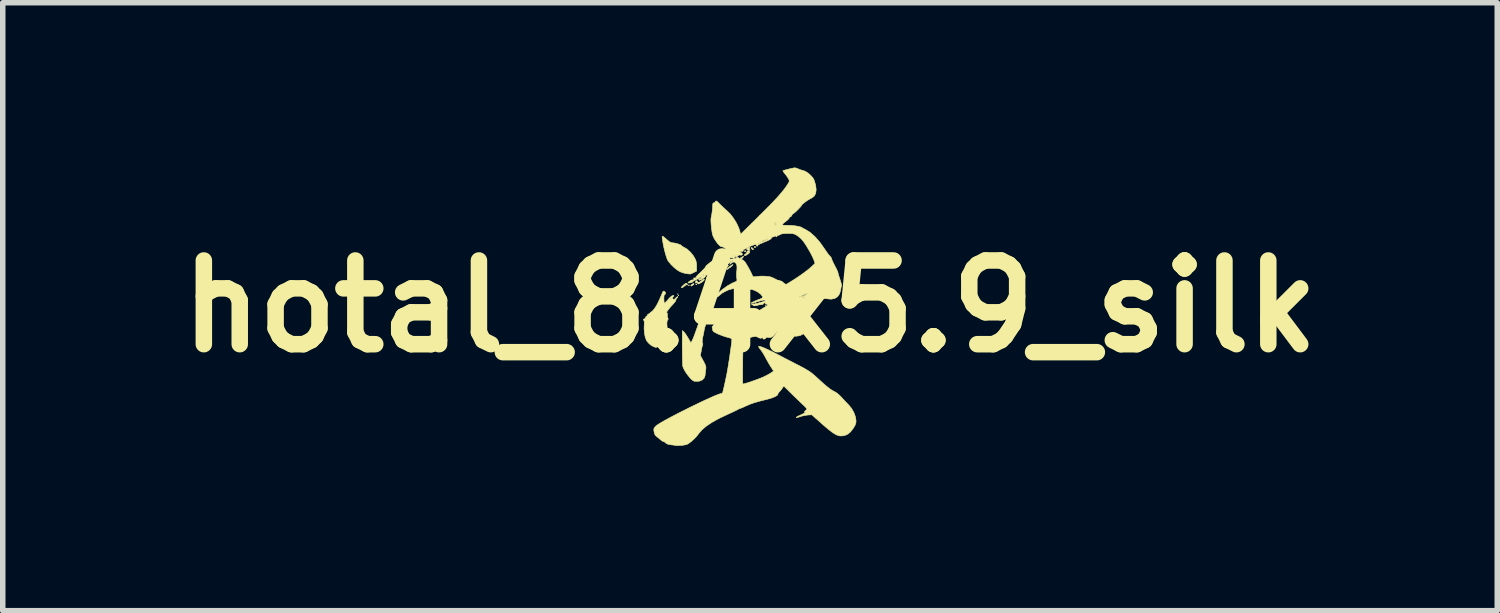
<source format=kicad_pcb>
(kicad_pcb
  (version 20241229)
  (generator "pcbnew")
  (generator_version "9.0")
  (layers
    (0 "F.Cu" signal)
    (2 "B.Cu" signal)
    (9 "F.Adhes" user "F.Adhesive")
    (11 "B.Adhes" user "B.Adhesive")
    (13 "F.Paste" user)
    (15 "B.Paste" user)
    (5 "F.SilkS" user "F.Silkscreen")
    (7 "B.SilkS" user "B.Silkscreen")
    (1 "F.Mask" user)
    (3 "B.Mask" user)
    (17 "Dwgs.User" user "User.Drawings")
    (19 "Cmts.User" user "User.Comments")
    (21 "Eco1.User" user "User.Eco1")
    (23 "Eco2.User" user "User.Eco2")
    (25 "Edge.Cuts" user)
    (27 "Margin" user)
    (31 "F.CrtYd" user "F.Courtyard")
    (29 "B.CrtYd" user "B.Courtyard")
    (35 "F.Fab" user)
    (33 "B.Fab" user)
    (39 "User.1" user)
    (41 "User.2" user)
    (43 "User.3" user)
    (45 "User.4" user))
  (footprint "hotal_8.4x5.9_silk"
    (layer "F.Cu")
    (at 10.603 2.526)
    (property "Reference" "hotal_8.4x5.9_silk" (at 0 0 0) (layer "F.SilkS") (effects (font (size 1.524 1.524) (thickness 0.3))))
    (attr through_hole)
    (fp_poly (pts (xy -1.308 -0.222) (xy -1.314 -0.216) (xy -1.321 -0.222) (xy -1.314 -0.229) (xy -1.308 -0.222)) (stroke (width 0.01) (type solid)) (fill yes) (layer "F.SilkS"))
    (fp_poly (pts (xy -1.295 -0.197) (xy -1.302 -0.191) (xy -1.308 -0.197) (xy -1.302 -0.203) (xy -1.295 -0.197)) (stroke (width 0.01) (type solid)) (fill yes) (layer "F.SilkS"))
    (fp_poly (pts (xy -0.762 0.057) (xy -0.768 0.064) (xy -0.775 0.057) (xy -0.768 0.051) (xy -0.762 0.057)) (stroke (width 0.01) (type solid)) (fill yes) (layer "F.SilkS"))
    (fp_poly (pts (xy -0.737 -0.552) (xy -0.743 -0.546) (xy -0.749 -0.552) (xy -0.743 -0.559) (xy -0.737 -0.552)) (stroke (width 0.01) (type solid)) (fill yes) (layer "F.SilkS"))
    (fp_poly (pts (xy -0.686 -0.044) (xy -0.692 -0.038) (xy -0.699 -0.044) (xy -0.692 -0.051) (xy -0.686 -0.044)) (stroke (width 0.01) (type solid)) (fill yes) (layer "F.SilkS"))
    (fp_poly (pts (xy -0.533 -0.591) (xy -0.54 -0.584) (xy -0.546 -0.591) (xy -0.54 -0.597) (xy -0.533 -0.591)) (stroke (width 0.01) (type solid)) (fill yes) (layer "F.SilkS"))
    (fp_poly (pts (xy -0.432 -0.781) (xy -0.438 -0.775) (xy -0.445 -0.781) (xy -0.438 -0.787) (xy -0.432 -0.781)) (stroke (width 0.01) (type solid)) (fill yes) (layer "F.SilkS"))
    (fp_poly (pts (xy 0.292 -0.019) (xy 0.286 -0.013) (xy 0.279 -0.019) (xy 0.286 -0.025) (xy 0.292 -0.019)) (stroke (width 0.01) (type solid)) (fill yes) (layer "F.SilkS"))
    (fp_poly (pts (xy -1.109 -0.389) (xy -1.108 -0.374) (xy -1.109 -0.373) (xy -1.117 -0.374) (xy -1.118 -0.381) (xy -1.113 -0.391) (xy -1.109 -0.389)) (stroke (width 0.01) (type solid)) (fill yes) (layer "F.SilkS"))
    (fp_poly (pts (xy -0.969 -0.402) (xy -0.971 -0.395) (xy -0.978 -0.394) (xy -0.988 -0.398) (xy -0.986 -0.402) (xy -0.971 -0.404) (xy -0.969 -0.402)) (stroke (width 0.01) (type solid)) (fill yes) (layer "F.SilkS"))
    (fp_poly (pts (xy -0.601 -0.542) (xy -0.603 -0.534) (xy -0.61 -0.533) (xy -0.62 -0.538) (xy -0.618 -0.542) (xy -0.603 -0.543) (xy -0.601 -0.542)) (stroke (width 0.01) (type solid)) (fill yes) (layer "F.SilkS"))
    (fp_poly (pts (xy -0.813 0.096) (xy -0.82 0.116) (xy -0.831 0.134) (xy -0.845 0.148) (xy -0.85 0.145) (xy -0.844 0.125) (xy -0.832 0.107) (xy -0.818 0.093) (xy -0.813 0.096)) (stroke (width 0.01) (type solid)) (fill yes) (layer "F.SilkS"))
    (fp_poly (pts (xy -0.473 -0.633) (xy -0.484 -0.617) (xy -0.5 -0.612) (xy -0.508 -0.619) (xy -0.508 -0.62) (xy -0.498 -0.635) (xy -0.488 -0.64) (xy -0.473 -0.64) (xy -0.473 -0.633)) (stroke (width 0.01) (type solid)) (fill yes) (layer "F.SilkS"))
    (fp_poly (pts (xy -0.077 -1.006) (xy -0.076 -1.003) (xy -0.086 -0.991) (xy -0.089 -0.991) (xy -0.101 -1) (xy -0.102 -1.003) (xy -0.092 -1.016) (xy -0.089 -1.016) (xy -0.077 -1.006)) (stroke (width 0.01) (type solid)) (fill yes) (layer "F.SilkS"))
    (fp_poly (pts (xy 0.046 -1.061) (xy 0.061 -1.043) (xy 0.064 -1.036) (xy 0.056 -1.029) (xy 0.039 -1.038) (xy 0.029 -1.047) (xy 0.02 -1.066) (xy 0.028 -1.072) (xy 0.046 -1.061)) (stroke (width 0.01) (type solid)) (fill yes) (layer "F.SilkS"))
    (fp_poly (pts (xy 0.101 -1.083) (xy 0.102 -1.079) (xy 0.092 -1.067) (xy 0.089 -1.067) (xy 0.077 -1.076) (xy 0.076 -1.079) (xy 0.086 -1.092) (xy 0.089 -1.092) (xy 0.101 -1.083)) (stroke (width 0.01) (type solid)) (fill yes) (layer "F.SilkS"))
    (fp_poly (pts (xy -1.019 -0.413) (xy -1.022 -0.401) (xy -1.036 -0.388) (xy -1.064 -0.371) (xy -1.078 -0.372) (xy -1.079 -0.378) (xy -1.07 -0.392) (xy -1.049 -0.406) (xy -1.028 -0.415) (xy -1.019 -0.413)) (stroke (width 0.01) (type solid)) (fill yes) (layer "F.SilkS"))
    (fp_poly (pts (xy -0.002 -1.069) (xy -0.012 -1.048) (xy -0.014 -1.046) (xy -0.023 -1.031) (xy -0.016 -1.033) (xy -0.002 -1.035) (xy 0 -1.029) (xy -0.003 -1.02) (xy -0.016 -1.019) (xy -0.041 -1.025) (xy -0.061 -1.035) (xy -0.057 -1.05) (xy -0.037 -1.065) (xy -0.012 -1.075) (xy -0.002 -1.069)) (stroke (width 0.01) (type solid)) (fill yes) (layer "F.SilkS"))
    (fp_poly (pts (xy -0.313 -0.754) (xy -0.329 -0.736) (xy -0.338 -0.727) (xy -0.363 -0.706) (xy -0.381 -0.696) (xy -0.384 -0.696) (xy -0.393 -0.689) (xy -0.394 -0.686) (xy -0.404 -0.675) (xy -0.415 -0.673) (xy -0.428 -0.677) (xy -0.425 -0.683) (xy -0.397 -0.705) (xy -0.364 -0.729) (xy -0.334 -0.749) (xy -0.314 -0.761) (xy -0.31 -0.762) (xy -0.313 -0.754)) (stroke (width 0.01) (type solid)) (fill yes) (layer "F.SilkS"))
    (fp_poly (pts (xy -1.146 -0.412) (xy -1.138 -0.394) (xy -1.143 -0.387) (xy -1.155 -0.388) (xy -1.156 -0.393) (xy -1.166 -0.406) (xy -1.17 -0.406) (xy -1.178 -0.397) (xy -1.176 -0.387) (xy -1.175 -0.374) (xy -1.181 -0.375) (xy -1.193 -0.375) (xy -1.194 -0.371) (xy -1.204 -0.358) (xy -1.225 -0.345) (xy -1.247 -0.338) (xy -1.251 -0.343) (xy -1.249 -0.347) (xy -1.236 -0.364) (xy -1.21 -0.388) (xy -1.202 -0.395) (xy -1.175 -0.416) (xy -1.158 -0.42) (xy -1.146 -0.412)) (stroke (width 0.01) (type solid)) (fill yes) (layer "F.SilkS"))
    (fp_poly (pts (xy -0.831 -0.486) (xy -0.833 -0.479) (xy -0.848 -0.463) (xy -0.875 -0.441) (xy -0.907 -0.421) (xy -0.933 -0.408) (xy -0.941 -0.406) (xy -0.952 -0.416) (xy -0.953 -0.42) (xy -0.962 -0.428) (xy -0.977 -0.426) (xy -0.994 -0.424) (xy -0.995 -0.44) (xy -0.994 -0.444) (xy -0.982 -0.466) (xy -0.967 -0.466) (xy -0.957 -0.451) (xy -0.945 -0.435) (xy -0.925 -0.437) (xy -0.894 -0.458) (xy -0.887 -0.464) (xy -0.855 -0.487) (xy -0.836 -0.495) (xy -0.831 -0.486)) (stroke (width 0.01) (type solid)) (fill yes) (layer "F.SilkS"))
    (fp_poly (pts (xy -0.014 -1.004) (xy -0.004 -0.989) (xy -0.016 -0.968) (xy -0.052 -0.942) (xy -0.063 -0.936) (xy -0.089 -0.922) (xy -0.1 -0.922) (xy -0.102 -0.933) (xy -0.092 -0.95) (xy -0.083 -0.953) (xy -0.067 -0.963) (xy -0.061 -0.98) (xy -0.059 -0.986) (xy -0.047 -0.986) (xy -0.045 -0.979) (xy -0.038 -0.978) (xy -0.028 -0.983) (xy -0.03 -0.986) (xy -0.045 -0.988) (xy -0.047 -0.986) (xy -0.059 -0.986) (xy -0.05 -1.007) (xy -0.028 -1.011) (xy -0.014 -1.004)) (stroke (width 0.01) (type solid)) (fill yes) (layer "F.SilkS"))
    (fp_poly (pts (xy -1.574 -1.266) (xy -1.543 -1.24) (xy -1.502 -1.204) (xy -1.46 -1.171) (xy -1.423 -1.157) (xy -1.407 -1.156) (xy -1.374 -1.152) (xy -1.334 -1.143) (xy -1.294 -1.13) (xy -1.262 -1.117) (xy -1.245 -1.105) (xy -1.245 -1.103) (xy -1.234 -1.091) (xy -1.208 -1.077) (xy -1.203 -1.075) (xy -1.143 -1.039) (xy -1.083 -0.984) (xy -1.031 -0.919) (xy -1.015 -0.892) (xy -0.991 -0.847) (xy -0.979 -0.807) (xy -0.973 -0.762) (xy -0.972 -0.73) (xy -0.972 -0.641) (xy -1.029 -0.613) (xy -1.063 -0.597) (xy -1.086 -0.588) (xy -1.092 -0.587) (xy -1.107 -0.589) (xy -1.139 -0.593) (xy -1.162 -0.596) (xy -1.214 -0.608) (xy -1.267 -0.627) (xy -1.282 -0.634) (xy -1.334 -0.667) (xy -1.389 -0.713) (xy -1.441 -0.764) (xy -1.483 -0.815) (xy -1.502 -0.844) (xy -1.517 -0.883) (xy -1.535 -0.94) (xy -1.554 -1.009) (xy -1.571 -1.083) (xy -1.585 -1.155) (xy -1.595 -1.219) (xy -1.599 -1.252) (xy -1.599 -1.272) (xy -1.592 -1.277) (xy -1.574 -1.266)) (stroke (width 0.01) (type solid)) (fill yes) (layer "F.SilkS"))
    (fp_poly (pts (xy -1.56 -0.273) (xy -1.558 -0.272) (xy -1.542 -0.257) (xy -1.537 -0.236) (xy -1.543 -0.219) (xy -1.553 -0.216) (xy -1.562 -0.206) (xy -1.567 -0.174) (xy -1.568 -0.14) (xy -1.566 -0.098) (xy -1.563 -0.068) (xy -1.56 -0.057) (xy -1.549 -0.062) (xy -1.528 -0.083) (xy -1.505 -0.108) (xy -1.483 -0.133) (xy -1.448 -0.133) (xy -1.441 -0.127) (xy -1.435 -0.133) (xy -1.441 -0.14) (xy -1.448 -0.133) (xy -1.483 -0.133) (xy -1.474 -0.144) (xy -1.443 -0.174) (xy -1.427 -0.186) (xy -1.402 -0.198) (xy -1.387 -0.197) (xy -1.386 -0.186) (xy -1.399 -0.173) (xy -1.413 -0.157) (xy -1.405 -0.137) (xy -1.404 -0.136) (xy -1.392 -0.124) (xy -1.379 -0.127) (xy -1.359 -0.146) (xy -1.335 -0.168) (xy -1.317 -0.178) (xy -1.316 -0.178) (xy -1.315 -0.17) (xy -1.329 -0.151) (xy -1.331 -0.148) (xy -1.348 -0.126) (xy -1.351 -0.11) (xy -1.35 -0.11) (xy -1.354 -0.097) (xy -1.372 -0.072) (xy -1.401 -0.039) (xy -1.405 -0.035) (xy -1.446 0.01) (xy -1.48 0.051) (xy -1.505 0.084) (xy -1.517 0.107) (xy -1.514 0.114) (xy -1.507 0.125) (xy -1.504 0.153) (xy -1.505 0.162) (xy -1.503 0.195) (xy -1.496 0.216) (xy -1.494 0.218) (xy -1.489 0.234) (xy -1.497 0.245) (xy -1.508 0.266) (xy -1.513 0.298) (xy -1.512 0.345) (xy -1.505 0.411) (xy -1.501 0.439) (xy -1.494 0.505) (xy -1.494 0.552) (xy -1.502 0.588) (xy -1.519 0.62) (xy -1.542 0.645) (xy -1.565 0.666) (xy -1.6 0.69) (xy -1.639 0.713) (xy -1.677 0.734) (xy -1.705 0.746) (xy -1.718 0.748) (xy -1.731 0.743) (xy -1.757 0.733) (xy -1.76 0.732) (xy -1.801 0.709) (xy -1.844 0.673) (xy -1.878 0.632) (xy -1.888 0.616) (xy -1.908 0.559) (xy -1.922 0.488) (xy -1.928 0.411) (xy -1.927 0.356) (xy -1.924 0.31) (xy -1.926 0.275) (xy -1.931 0.26) (xy -1.943 0.244) (xy -1.934 0.231) (xy -1.924 0.229) (xy -1.907 0.218) (xy -1.905 0.209) (xy -1.895 0.188) (xy -1.886 0.182) (xy -1.869 0.166) (xy -1.867 0.157) (xy -1.857 0.142) (xy -1.848 0.14) (xy -1.827 0.13) (xy -1.819 0.12) (xy -1.807 0.105) (xy -1.801 0.104) (xy -1.79 0.098) (xy -1.769 0.077) (xy -1.757 0.064) (xy -1.722 0.017) (xy -1.686 -0.044) (xy -1.648 -0.125) (xy -1.619 -0.191) (xy -1.6 -0.236) (xy -1.588 -0.263) (xy -1.58 -0.275) (xy -1.571 -0.277) (xy -1.56 -0.273)) (stroke (width 0.01) (type solid)) (fill yes) (layer "F.SilkS"))
    (fp_poly (pts (xy -0.717 -0.002) (xy -0.716 0.017) (xy -0.721 0.042) (xy -0.73 0.063) (xy -0.73 0.075) (xy -0.726 0.076) (xy -0.725 0.087) (xy -0.733 0.116) (xy -0.749 0.158) (xy -0.764 0.193) (xy -0.785 0.245) (xy -0.8 0.29) (xy -0.808 0.322) (xy -0.808 0.333) (xy -0.808 0.352) (xy -0.812 0.356) (xy -0.819 0.367) (xy -0.827 0.398) (xy -0.836 0.441) (xy -0.837 0.448) (xy -0.846 0.496) (xy -0.854 0.535) (xy -0.86 0.558) (xy -0.86 0.559) (xy -0.866 0.585) (xy -0.869 0.619) (xy -0.87 0.651) (xy -0.867 0.673) (xy -0.862 0.678) (xy -0.858 0.683) (xy -0.863 0.704) (xy -0.872 0.734) (xy -0.882 0.778) (xy -0.889 0.816) (xy -0.903 0.897) (xy -0.85 0.995) (xy -0.824 1.045) (xy -0.809 1.079) (xy -0.803 1.107) (xy -0.804 1.135) (xy -0.806 1.153) (xy -0.812 1.2) (xy -0.817 1.243) (xy -0.817 1.254) (xy -0.832 1.302) (xy -0.866 1.339) (xy -0.917 1.361) (xy -0.94 1.364) (xy -0.981 1.366) (xy -1.016 1.363) (xy -1.023 1.361) (xy -1.052 1.343) (xy -1.088 1.308) (xy -1.126 1.262) (xy -1.164 1.21) (xy -1.195 1.159) (xy -1.217 1.114) (xy -1.224 1.092) (xy -1.227 1.065) (xy -1.229 1.016) (xy -1.231 0.95) (xy -1.232 0.869) (xy -1.233 0.778) (xy -1.234 0.681) (xy -1.233 0.58) (xy -1.233 0.516) (xy -1.232 0.441) (xy -1.205 0.465) (xy -1.186 0.487) (xy -1.16 0.524) (xy -1.132 0.569) (xy -1.127 0.577) (xy -1.076 0.665) (xy -1.053 0.621) (xy -1.043 0.602) (xy -1.033 0.578) (xy -1.02 0.546) (xy -1.004 0.502) (xy -0.983 0.444) (xy -0.956 0.368) (xy -0.932 0.298) (xy -0.915 0.254) (xy -0.9 0.22) (xy -0.889 0.204) (xy -0.887 0.203) (xy -0.882 0.214) (xy -0.885 0.238) (xy -0.889 0.261) (xy -0.883 0.264) (xy -0.873 0.257) (xy -0.856 0.247) (xy -0.848 0.255) (xy -0.841 0.253) (xy -0.828 0.231) (xy -0.81 0.194) (xy -0.808 0.19) (xy -0.79 0.143) (xy -0.783 0.114) (xy -0.788 0.101) (xy -0.788 0.101) (xy -0.791 0.095) (xy -0.749 0.095) (xy -0.743 0.102) (xy -0.737 0.095) (xy -0.743 0.089) (xy -0.749 0.095) (xy -0.791 0.095) (xy -0.797 0.084) (xy -0.795 0.078) (xy -0.794 0.065) (xy -0.799 0.064) (xy -0.812 0.054) (xy -0.813 0.051) (xy -0.807 0.038) (xy -0.794 0.043) (xy -0.782 0.062) (xy -0.78 0.066) (xy -0.773 0.084) (xy -0.764 0.08) (xy -0.76 0.072) (xy -0.754 0.047) (xy -0.757 0.036) (xy -0.758 0.027) (xy -0.751 0.031) (xy -0.739 0.029) (xy -0.737 0.021) (xy -0.729 -0.002) (xy -0.723 -0.007) (xy -0.717 -0.002)) (stroke (width 0.01) (type solid)) (fill yes) (layer "F.SilkS"))
    (fp_poly (pts (xy 0.838 -2.518) (xy 0.871 -2.505) (xy 0.874 -2.504) (xy 0.918 -2.485) (xy 0.964 -2.472) (xy 0.969 -2.471) (xy 1.011 -2.455) (xy 1.06 -2.423) (xy 1.107 -2.381) (xy 1.145 -2.337) (xy 1.166 -2.3) (xy 1.195 -2.204) (xy 1.204 -2.122) (xy 1.195 -2.055) (xy 1.168 -2.005) (xy 1.121 -1.971) (xy 1.114 -1.968) (xy 1.085 -1.952) (xy 1.047 -1.929) (xy 1.008 -1.902) (xy 0.973 -1.875) (xy 0.948 -1.853) (xy 0.94 -1.841) (xy 0.931 -1.826) (xy 0.909 -1.8) (xy 0.879 -1.768) (xy 0.846 -1.735) (xy 0.816 -1.708) (xy 0.795 -1.692) (xy 0.789 -1.689) (xy 0.774 -1.679) (xy 0.762 -1.657) (xy 0.746 -1.634) (xy 0.728 -1.626) (xy 0.714 -1.622) (xy 0.715 -1.618) (xy 0.712 -1.603) (xy 0.689 -1.577) (xy 0.644 -1.54) (xy 0.632 -1.531) (xy 0.604 -1.508) (xy 0.586 -1.489) (xy 0.584 -1.484) (xy 0.596 -1.479) (xy 0.627 -1.475) (xy 0.671 -1.474) (xy 0.683 -1.475) (xy 0.734 -1.473) (xy 0.791 -1.469) (xy 0.847 -1.461) (xy 0.895 -1.452) (xy 0.929 -1.442) (xy 0.94 -1.435) (xy 0.954 -1.427) (xy 0.983 -1.411) (xy 1.003 -1.402) (xy 1.093 -1.347) (xy 1.183 -1.267) (xy 1.274 -1.163) (xy 1.365 -1.034) (xy 1.381 -1.009) (xy 1.41 -0.968) (xy 1.438 -0.931) (xy 1.454 -0.915) (xy 1.476 -0.889) (xy 1.486 -0.866) (xy 1.486 -0.865) (xy 1.492 -0.845) (xy 1.507 -0.81) (xy 1.53 -0.764) (xy 1.543 -0.738) (xy 1.568 -0.691) (xy 1.587 -0.65) (xy 1.599 -0.623) (xy 1.6 -0.616) (xy 1.604 -0.597) (xy 1.615 -0.56) (xy 1.63 -0.513) (xy 1.637 -0.491) (xy 1.653 -0.442) (xy 1.663 -0.403) (xy 1.667 -0.38) (xy 1.667 -0.375) (xy 1.661 -0.36) (xy 1.654 -0.327) (xy 1.65 -0.297) (xy 1.63 -0.227) (xy 1.593 -0.175) (xy 1.541 -0.142) (xy 1.476 -0.13) (xy 1.439 -0.133) (xy 1.389 -0.139) (xy 1.332 -0.143) (xy 1.305 -0.144) (xy 1.255 -0.149) (xy 1.219 -0.16) (xy 1.21 -0.165) (xy 1.185 -0.178) (xy 1.16 -0.179) (xy 1.144 -0.17) (xy 1.143 -0.164) (xy 1.132 -0.155) (xy 1.113 -0.152) (xy 1.081 -0.147) (xy 1.044 -0.133) (xy 1.044 -0.133) (xy 1.013 -0.121) (xy 0.993 -0.12) (xy 0.991 -0.12) (xy 0.987 -0.116) (xy 0.995 -0.096) (xy 0.997 -0.093) (xy 1.011 -0.058) (xy 1.026 -0.014) (xy 1.031 0.003) (xy 1.041 0.038) (xy 1.05 0.06) (xy 1.054 0.064) (xy 1.057 0.075) (xy 1.06 0.106) (xy 1.062 0.148) (xy 1.062 0.149) (xy 1.064 0.203) (xy 1.067 0.254) (xy 1.071 0.286) (xy 1.068 0.34) (xy 1.048 0.4) (xy 1.016 0.456) (xy 0.976 0.499) (xy 0.975 0.5) (xy 0.911 0.533) (xy 0.84 0.545) (xy 0.765 0.536) (xy 0.694 0.507) (xy 0.667 0.488) (xy 0.607 0.454) (xy 0.553 0.444) (xy 0.503 0.459) (xy 0.46 0.498) (xy 0.458 0.501) (xy 0.415 0.547) (xy 0.373 0.57) (xy 0.335 0.568) (xy 0.332 0.567) (xy 0.307 0.561) (xy 0.292 0.572) (xy 0.29 0.575) (xy 0.274 0.591) (xy 0.252 0.597) (xy 0.236 0.593) (xy 0.233 0.579) (xy 0.233 0.578) (xy 0.235 0.566) (xy 0.222 0.571) (xy 0.216 0.574) (xy 0.195 0.582) (xy 0.169 0.576) (xy 0.149 0.566) (xy 0.124 0.554) (xy 0.103 0.549) (xy 0.075 0.551) (xy 0.034 0.559) (xy 0.018 0.563) (xy -0.03 0.574) (xy -0.07 0.582) (xy -0.094 0.587) (xy -0.116 0.601) (xy -0.124 0.616) (xy -0.126 0.635) (xy -0.127 0.675) (xy -0.129 0.732) (xy -0.13 0.803) (xy -0.131 0.883) (xy -0.133 0.968) (xy -0.133 1.056) (xy -0.134 1.142) (xy -0.134 1.222) (xy -0.134 1.293) (xy -0.134 1.351) (xy -0.133 1.391) (xy -0.132 1.411) (xy -0.132 1.412) (xy -0.118 1.412) (xy -0.086 1.404) (xy -0.039 1.39) (xy 0.017 1.372) (xy 0.078 1.35) (xy 0.139 1.328) (xy 0.196 1.306) (xy 0.237 1.289) (xy 0.289 1.264) (xy 0.343 1.235) (xy 0.371 1.218) (xy 0.43 1.179) (xy 0.375 1.095) (xy 0.341 1.039) (xy 0.306 0.977) (xy 0.279 0.927) (xy 0.251 0.876) (xy 0.219 0.825) (xy 0.193 0.79) (xy 0.17 0.76) (xy 0.156 0.737) (xy 0.155 0.73) (xy 0.173 0.728) (xy 0.212 0.74) (xy 0.269 0.762) (xy 0.344 0.797) (xy 0.434 0.841) (xy 0.478 0.864) (xy 0.558 0.906) (xy 0.644 0.951) (xy 0.728 0.994) (xy 0.802 1.032) (xy 0.832 1.048) (xy 0.918 1.092) (xy 0.987 1.129) (xy 1.042 1.161) (xy 1.089 1.191) (xy 1.132 1.223) (xy 1.176 1.26) (xy 1.225 1.305) (xy 1.245 1.323) (xy 1.325 1.396) (xy 1.39 1.452) (xy 1.444 1.495) (xy 1.489 1.526) (xy 1.528 1.548) (xy 1.543 1.555) (xy 1.576 1.575) (xy 1.617 1.608) (xy 1.658 1.649) (xy 1.663 1.654) (xy 1.707 1.702) (xy 1.755 1.753) (xy 1.797 1.796) (xy 1.798 1.797) (xy 1.849 1.86) (xy 1.891 1.934) (xy 1.919 2.011) (xy 1.93 2.083) (xy 1.93 2.088) (xy 1.927 2.125) (xy 1.914 2.161) (xy 1.889 2.206) (xy 1.878 2.222) (xy 1.831 2.284) (xy 1.784 2.324) (xy 1.733 2.348) (xy 1.694 2.357) (xy 1.657 2.36) (xy 1.622 2.357) (xy 1.585 2.345) (xy 1.543 2.324) (xy 1.495 2.292) (xy 1.436 2.247) (xy 1.365 2.188) (xy 1.279 2.112) (xy 1.275 2.108) (xy 1.125 1.975) (xy 1.06 1.978) (xy 1.011 1.984) (xy 0.954 1.996) (xy 0.921 2.006) (xy 0.872 2.021) (xy 0.845 2.026) (xy 0.84 2.021) (xy 0.857 2.008) (xy 0.896 1.989) (xy 0.927 1.975) (xy 0.965 1.957) (xy 0.995 1.939) (xy 1.003 1.933) (xy 1.012 1.922) (xy 1.006 1.923) (xy 0.992 1.927) (xy 0.992 1.918) (xy 1.004 1.902) (xy 1.019 1.889) (xy 1.031 1.88) (xy 1.035 1.871) (xy 1.03 1.859) (xy 1.013 1.839) (xy 0.982 1.808) (xy 0.935 1.764) (xy 0.877 1.708) (xy 0.812 1.646) (xy 0.75 1.585) (xy 0.719 1.554) (xy 0.614 1.451) (xy 0.583 1.497) (xy 0.559 1.53) (xy 0.536 1.555) (xy 0.53 1.56) (xy 0.512 1.583) (xy 0.508 1.599) (xy 0.496 1.62) (xy 0.46 1.642) (xy 0.403 1.666) (xy 0.326 1.689) (xy 0.27 1.703) (xy 0.163 1.73) (xy 0.074 1.756) (xy -0.005 1.784) (xy -0.079 1.816) (xy -0.083 1.818) (xy -0.127 1.838) (xy -0.162 1.853) (xy -0.183 1.86) (xy -0.184 1.86) (xy -0.202 1.866) (xy -0.203 1.867) (xy -0.219 1.877) (xy -0.254 1.895) (xy -0.307 1.92) (xy -0.373 1.951) (xy -0.425 1.975) (xy -0.573 2.045) (xy -0.696 2.114) (xy -0.797 2.182) (xy -0.876 2.249) (xy -0.935 2.318) (xy -0.946 2.333) (xy -0.975 2.37) (xy -1.016 2.412) (xy -1.062 2.454) (xy -1.107 2.489) (xy -1.144 2.512) (xy -1.151 2.515) (xy -1.181 2.522) (xy -1.224 2.529) (xy -1.273 2.533) (xy -1.316 2.535) (xy -1.345 2.534) (xy -1.346 2.534) (xy -1.369 2.53) (xy -1.407 2.524) (xy -1.439 2.521) (xy -1.497 2.51) (xy -1.531 2.491) (xy -1.534 2.488) (xy -1.557 2.469) (xy -1.573 2.464) (xy -1.592 2.456) (xy -1.621 2.435) (xy -1.637 2.422) (xy -1.671 2.393) (xy -1.702 2.368) (xy -1.711 2.361) (xy -1.734 2.332) (xy -1.747 2.285) (xy -1.748 2.281) (xy -1.752 2.245) (xy -1.747 2.221) (xy -1.731 2.198) (xy -1.706 2.173) (xy -1.679 2.153) (xy -1.633 2.124) (xy -1.571 2.088) (xy -1.494 2.046) (xy -1.407 1.999) (xy -1.311 1.949) (xy -1.21 1.898) (xy -1.106 1.846) (xy -1.003 1.796) (xy -0.902 1.747) (xy -0.808 1.703) (xy -0.722 1.664) (xy -0.648 1.631) (xy -0.588 1.607) (xy -0.545 1.592) (xy -0.524 1.587) (xy -0.516 1.587) (xy -0.509 1.585) (xy -0.503 1.578) (xy -0.497 1.563) (xy -0.489 1.537) (xy -0.48 1.497) (xy -0.467 1.442) (xy -0.451 1.367) (xy -0.43 1.271) (xy -0.42 1.22) (xy -0.41 1.163) (xy -0.398 1.096) (xy -0.386 1.016) (xy -0.371 0.919) (xy -0.355 0.803) (xy -0.34 0.702) (xy -0.334 0.653) (xy -0.332 0.614) (xy -0.333 0.592) (xy -0.334 0.589) (xy -0.35 0.582) (xy -0.382 0.572) (xy -0.409 0.565) (xy -0.463 0.549) (xy -0.522 0.528) (xy -0.579 0.505) (xy -0.627 0.482) (xy -0.66 0.463) (xy -0.664 0.46) (xy -0.681 0.436) (xy -0.683 0.42) (xy -0.686 0.392) (xy -0.69 0.384) (xy -0.69 0.367) (xy -0.68 0.361) (xy -0.667 0.349) (xy -0.668 0.342) (xy -0.664 0.332) (xy -0.655 0.33) (xy -0.637 0.32) (xy -0.635 0.31) (xy -0.629 0.297) (xy -0.622 0.298) (xy -0.611 0.299) (xy -0.61 0.295) (xy -0.598 0.29) (xy -0.567 0.287) (xy -0.522 0.286) (xy -0.505 0.287) (xy -0.448 0.287) (xy -0.393 0.286) (xy -0.352 0.283) (xy -0.347 0.283) (xy -0.295 0.277) (xy -0.291 0.2) (xy -0.099 0.2) (xy -0.099 0.211) (xy -0.097 0.216) (xy -0.096 0.216) (xy -0.082 0.21) (xy -0.051 0.194) (xy -0.006 0.171) (xy 0.049 0.141) (xy 0.067 0.132) (xy 0.13 0.097) (xy 0.19 0.063) (xy 0.24 0.032) (xy 0.276 0.01) (xy 0.279 0.008) (xy 0.311 -0.015) (xy 0.323 -0.028) (xy 0.318 -0.034) (xy 0.308 -0.036) (xy 0.286 -0.043) (xy 0.279 -0.052) (xy 0.269 -0.062) (xy 0.26 -0.064) (xy 0.245 -0.055) (xy 0.244 -0.048) (xy 0.236 -0.036) (xy 0.21 -0.031) (xy 0.175 -0.028) (xy 0.152 -0.023) (xy 0.126 -0.015) (xy 0.096 -0.01) (xy 0.07 -0.009) (xy 0.058 -0.013) (xy 0.059 -0.015) (xy 0.054 -0.024) (xy 0.042 -0.026) (xy 0.027 -0.028) (xy 0.036 -0.036) (xy 0.038 -0.038) (xy 0.066 -0.045) (xy 0.079 -0.043) (xy 0.098 -0.045) (xy 0.102 -0.053) (xy 0.105 -0.062) (xy 0.114 -0.051) (xy 0.124 -0.041) (xy 0.127 -0.045) (xy 0.138 -0.054) (xy 0.168 -0.066) (xy 0.203 -0.075) (xy 0.243 -0.086) (xy 0.271 -0.096) (xy 0.279 -0.103) (xy 0.27 -0.113) (xy 0.239 -0.112) (xy 0.188 -0.1) (xy 0.126 -0.081) (xy 0.067 -0.064) (xy 0.032 -0.055) (xy 0.018 -0.056) (xy 0.024 -0.063) (xy 0.05 -0.078) (xy 0.095 -0.099) (xy 0.158 -0.124) (xy 0.181 -0.133) (xy 0.216 -0.148) (xy 0.22 -0.151) (xy 0.965 -0.151) (xy 0.97 -0.14) (xy 0.984 -0.151) (xy 0.991 -0.159) (xy 1 -0.173) (xy 0.99 -0.172) (xy 0.986 -0.17) (xy 0.968 -0.158) (xy 0.965 -0.151) (xy 0.22 -0.151) (xy 0.231 -0.161) (xy 0.231 -0.166) (xy 0.893 -0.166) (xy 0.904 -0.167) (xy 0.929 -0.174) (xy 0.965 -0.186) (xy 0.994 -0.198) (xy 1.036 -0.217) (xy 1.069 -0.233) (xy 1.086 -0.243) (xy 1.086 -0.249) (xy 1.065 -0.244) (xy 1.024 -0.228) (xy 0.965 -0.203) (xy 0.927 -0.186) (xy 0.9 -0.172) (xy 0.893 -0.166) (xy 0.231 -0.166) (xy 0.23 -0.175) (xy 0.229 -0.176) (xy 0.196 -0.219) (xy 0.145 -0.258) (xy 0.086 -0.289) (xy 0.074 -0.293) (xy 0.035 -0.306) (xy 0.012 -0.31) (xy -0.001 -0.305) (xy -0.011 -0.295) (xy -0.036 -0.254) (xy -0.055 -0.2) (xy -0.068 -0.129) (xy -0.076 -0.067) (xy -0.085 0.025) (xy -0.091 0.095) (xy -0.096 0.145) (xy -0.099 0.179) (xy -0.099 0.2) (xy -0.291 0.2) (xy -0.286 0.091) (xy -0.282 0.013) (xy -0.277 -0.068) (xy -0.271 -0.142) (xy -0.266 -0.201) (xy -0.265 -0.207) (xy -0.26 -0.258) (xy -0.257 -0.298) (xy -0.256 -0.321) (xy -0.257 -0.325) (xy -0.272 -0.326) (xy -0.303 -0.322) (xy -0.332 -0.316) (xy -0.391 -0.299) (xy -0.453 -0.271) (xy -0.509 -0.239) (xy -0.55 -0.206) (xy -0.553 -0.203) (xy -0.583 -0.178) (xy -0.618 -0.159) (xy -0.647 -0.139) (xy -0.682 -0.107) (xy -0.706 -0.078) (xy -0.736 -0.04) (xy -0.754 -0.022) (xy -0.759 -0.023) (xy -0.75 -0.043) (xy -0.726 -0.079) (xy -0.664 -0.157) (xy -0.587 -0.235) (xy -0.5 -0.309) (xy -0.411 -0.373) (xy -0.324 -0.422) (xy -0.284 -0.439) (xy -0.252 -0.453) (xy -0.239 -0.466) (xy -0.238 -0.489) (xy -0.242 -0.511) (xy -0.247 -0.558) (xy -0.246 -0.603) (xy -0.246 -0.609) (xy -0.238 -0.677) (xy -0.238 -0.726) (xy -0.244 -0.76) (xy -0.258 -0.784) (xy -0.262 -0.788) (xy -0.284 -0.806) (xy -0.305 -0.806) (xy -0.319 -0.799) (xy -0.345 -0.782) (xy -0.359 -0.77) (xy -0.367 -0.763) (xy -0.368 -0.771) (xy -0.359 -0.789) (xy -0.336 -0.808) (xy -0.315 -0.824) (xy -0.31 -0.835) (xy -0.31 -0.835) (xy -0.322 -0.831) (xy -0.347 -0.815) (xy -0.364 -0.802) (xy -0.395 -0.778) (xy -0.418 -0.764) (xy -0.425 -0.762) (xy -0.428 -0.767) (xy -0.421 -0.773) (xy -0.412 -0.784) (xy -0.424 -0.791) (xy -0.445 -0.791) (xy -0.454 -0.778) (xy -0.445 -0.762) (xy -0.443 -0.761) (xy -0.432 -0.749) (xy -0.444 -0.737) (xy -0.445 -0.737) (xy -0.454 -0.726) (xy -0.448 -0.724) (xy -0.428 -0.733) (xy -0.425 -0.737) (xy -0.411 -0.748) (xy -0.396 -0.746) (xy -0.394 -0.739) (xy -0.404 -0.726) (xy -0.426 -0.711) (xy -0.451 -0.7) (xy -0.465 -0.704) (xy -0.47 -0.711) (xy -0.477 -0.734) (xy -0.477 -0.742) (xy -0.478 -0.749) (xy -0.479 -0.746) (xy -0.495 -0.737) (xy -0.503 -0.737) (xy -0.519 -0.731) (xy -0.513 -0.717) (xy -0.498 -0.704) (xy -0.484 -0.69) (xy -0.487 -0.678) (xy -0.502 -0.661) (xy -0.532 -0.639) (xy -0.558 -0.629) (xy -0.591 -0.617) (xy -0.612 -0.599) (xy -0.614 -0.581) (xy -0.614 -0.581) (xy -0.615 -0.573) (xy -0.627 -0.576) (xy -0.642 -0.577) (xy -0.642 -0.572) (xy -0.643 -0.556) (xy -0.647 -0.553) (xy -0.659 -0.553) (xy -0.66 -0.558) (xy -0.671 -0.57) (xy -0.679 -0.572) (xy -0.692 -0.563) (xy -0.69 -0.552) (xy -0.691 -0.536) (xy -0.697 -0.533) (xy -0.709 -0.523) (xy -0.711 -0.513) (xy -0.719 -0.499) (xy -0.729 -0.499) (xy -0.752 -0.497) (xy -0.761 -0.491) (xy -0.777 -0.484) (xy -0.787 -0.495) (xy -0.789 -0.514) (xy -0.775 -0.514) (xy -0.768 -0.508) (xy -0.762 -0.514) (xy -0.768 -0.521) (xy -0.775 -0.514) (xy -0.789 -0.514) (xy -0.79 -0.519) (xy -0.777 -0.539) (xy -0.757 -0.545) (xy -0.726 -0.544) (xy -0.717 -0.552) (xy -0.724 -0.565) (xy -0.733 -0.581) (xy -0.732 -0.586) (xy -0.713 -0.59) (xy -0.711 -0.591) (xy -0.687 -0.594) (xy -0.679 -0.595) (xy -0.663 -0.607) (xy -0.66 -0.617) (xy -0.652 -0.632) (xy -0.637 -0.632) (xy -0.618 -0.633) (xy -0.614 -0.646) (xy -0.604 -0.664) (xy -0.595 -0.667) (xy -0.533 -0.667) (xy -0.527 -0.66) (xy -0.521 -0.667) (xy -0.527 -0.673) (xy -0.533 -0.667) (xy -0.595 -0.667) (xy -0.579 -0.673) (xy -0.551 -0.682) (xy -0.54 -0.692) (xy -0.521 -0.692) (xy -0.514 -0.686) (xy -0.508 -0.692) (xy -0.514 -0.699) (xy -0.521 -0.692) (xy -0.54 -0.692) (xy -0.537 -0.695) (xy -0.542 -0.705) (xy -0.564 -0.707) (xy -0.592 -0.702) (xy -0.62 -0.691) (xy -0.63 -0.685) (xy -0.654 -0.67) (xy -0.665 -0.667) (xy -0.684 -0.66) (xy -0.712 -0.642) (xy -0.718 -0.637) (xy -0.737 -0.621) (xy -0.74 -0.616) (xy -0.737 -0.617) (xy -0.711 -0.633) (xy -0.695 -0.645) (xy -0.675 -0.658) (xy -0.666 -0.657) (xy -0.67 -0.646) (xy -0.689 -0.627) (xy -0.718 -0.605) (xy -0.75 -0.585) (xy -0.778 -0.571) (xy -0.795 -0.567) (xy -0.795 -0.567) (xy -0.808 -0.567) (xy -0.807 -0.557) (xy -0.813 -0.541) (xy -0.834 -0.52) (xy -0.864 -0.499) (xy -0.895 -0.482) (xy -0.92 -0.475) (xy -0.927 -0.476) (xy -0.935 -0.49) (xy -0.926 -0.501) (xy -0.907 -0.503) (xy -0.904 -0.502) (xy -0.891 -0.499) (xy -0.892 -0.503) (xy -0.893 -0.519) (xy -0.886 -0.532) (xy -0.883 -0.54) (xy -0.898 -0.532) (xy -0.908 -0.526) (xy -0.947 -0.502) (xy -0.989 -0.48) (xy -0.993 -0.478) (xy -1.023 -0.462) (xy -1.042 -0.449) (xy -1.044 -0.446) (xy -1.056 -0.437) (xy -1.081 -0.43) (xy -1.108 -0.425) (xy -1.127 -0.426) (xy -1.13 -0.429) (xy -1.121 -0.441) (xy -1.099 -0.457) (xy -1.085 -0.466) (xy -1.063 -0.466) (xy -1.061 -0.458) (xy -1.054 -0.457) (xy -1.044 -0.462) (xy -1.046 -0.466) (xy -1.061 -0.467) (xy -1.063 -0.466) (xy -1.085 -0.466) (xy -1.074 -0.473) (xy -1.052 -0.482) (xy -1.041 -0.482) (xy -1.041 -0.481) (xy -1.034 -0.474) (xy -1.029 -0.476) (xy -1.023 -0.492) (xy -1.025 -0.504) (xy -1.026 -0.517) (xy -1.009 -0.516) (xy -1.006 -0.515) (xy -0.982 -0.514) (xy -0.972 -0.52) (xy -0.974 -0.528) (xy -0.987 -0.525) (xy -0.987 -0.53) (xy -0.972 -0.548) (xy -0.95 -0.572) (xy -0.857 -0.572) (xy -0.856 -0.56) (xy -0.852 -0.559) (xy -0.839 -0.568) (xy -0.838 -0.572) (xy -0.843 -0.584) (xy -0.844 -0.584) (xy -0.855 -0.575) (xy -0.857 -0.572) (xy -0.95 -0.572) (xy -0.943 -0.578) (xy -0.905 -0.615) (xy -0.865 -0.654) (xy -0.826 -0.654) (xy -0.819 -0.648) (xy -0.813 -0.654) (xy -0.819 -0.66) (xy -0.826 -0.654) (xy -0.865 -0.654) (xy -0.864 -0.655) (xy -0.831 -0.689) (xy -0.811 -0.713) (xy -0.806 -0.724) (xy -0.803 -0.73) (xy -0.787 -0.73) (xy -0.781 -0.724) (xy -0.777 -0.728) (xy -0.557 -0.728) (xy -0.555 -0.727) (xy -0.536 -0.741) (xy -0.532 -0.744) (xy -0.51 -0.763) (xy -0.503 -0.777) (xy -0.504 -0.778) (xy -0.52 -0.787) (xy -0.524 -0.787) (xy -0.531 -0.782) (xy -0.529 -0.779) (xy -0.53 -0.764) (xy -0.543 -0.745) (xy -0.557 -0.728) (xy -0.777 -0.728) (xy -0.775 -0.73) (xy -0.781 -0.737) (xy -0.787 -0.73) (xy -0.803 -0.73) (xy -0.8 -0.736) (xy -0.792 -0.743) (xy -0.724 -0.743) (xy -0.718 -0.737) (xy -0.711 -0.743) (xy -0.597 -0.743) (xy -0.591 -0.737) (xy -0.584 -0.743) (xy -0.591 -0.749) (xy -0.597 -0.743) (xy -0.711 -0.743) (xy -0.718 -0.749) (xy -0.724 -0.743) (xy -0.792 -0.743) (xy -0.777 -0.757) (xy -0.742 -0.785) (xy -0.736 -0.789) (xy -0.493 -0.789) (xy -0.484 -0.787) (xy -0.468 -0.796) (xy -0.456 -0.809) (xy -0.445 -0.823) (xy -0.453 -0.822) (xy -0.467 -0.814) (xy -0.491 -0.799) (xy -0.493 -0.789) (xy -0.736 -0.789) (xy -0.732 -0.792) (xy -0.687 -0.826) (xy -0.672 -0.839) (xy -0.438 -0.839) (xy -0.396 -0.853) (xy -0.358 -0.861) (xy -0.325 -0.861) (xy -0.325 -0.861) (xy -0.303 -0.86) (xy -0.301 -0.872) (xy -0.313 -0.883) (xy -0.319 -0.881) (xy -0.338 -0.882) (xy -0.347 -0.887) (xy -0.365 -0.891) (xy -0.392 -0.876) (xy -0.401 -0.87) (xy -0.438 -0.839) (xy -0.672 -0.839) (xy -0.632 -0.872) (xy -0.607 -0.894) (xy -0.284 -0.894) (xy -0.284 -0.882) (xy -0.274 -0.866) (xy -0.26 -0.869) (xy -0.246 -0.883) (xy -0.229 -0.895) (xy -0.213 -0.888) (xy -0.206 -0.881) (xy -0.188 -0.869) (xy -0.18 -0.875) (xy -0.165 -0.888) (xy -0.159 -0.889) (xy -0.139 -0.899) (xy -0.136 -0.905) (xy -0.125 -0.914) (xy -0.12 -0.911) (xy -0.122 -0.898) (xy -0.139 -0.877) (xy -0.14 -0.876) (xy -0.157 -0.858) (xy -0.153 -0.851) (xy -0.15 -0.851) (xy -0.129 -0.842) (xy -0.104 -0.821) (xy -0.102 -0.82) (xy -0.082 -0.793) (xy -0.055 -0.75) (xy -0.025 -0.698) (xy 0.004 -0.644) (xy 0.028 -0.595) (xy 0.04 -0.568) (xy 0.05 -0.546) (xy 0.064 -0.538) (xy 0.089 -0.538) (xy 0.113 -0.542) (xy 0.183 -0.549) (xy 0.259 -0.549) (xy 0.33 -0.544) (xy 0.375 -0.535) (xy 0.408 -0.523) (xy 0.455 -0.5) (xy 0.508 -0.473) (xy 0.533 -0.458) (xy 0.581 -0.432) (xy 0.623 -0.412) (xy 0.651 -0.402) (xy 0.66 -0.402) (xy 0.677 -0.41) (xy 0.711 -0.431) (xy 0.758 -0.46) (xy 0.814 -0.495) (xy 0.849 -0.518) (xy 0.915 -0.563) (xy 0.982 -0.611) (xy 1.042 -0.656) (xy 1.088 -0.694) (xy 1.101 -0.705) (xy 1.183 -0.781) (xy 1.162 -0.845) (xy 1.142 -0.891) (xy 1.112 -0.952) (xy 1.074 -1.02) (xy 1.034 -1.088) (xy 0.994 -1.15) (xy 0.958 -1.198) (xy 0.954 -1.204) (xy 0.915 -1.244) (xy 0.87 -1.28) (xy 0.851 -1.293) (xy 0.82 -1.31) (xy 0.79 -1.32) (xy 0.754 -1.325) (xy 0.704 -1.326) (xy 0.682 -1.326) (xy 0.623 -1.324) (xy 0.58 -1.319) (xy 0.557 -1.311) (xy 0.556 -1.31) (xy 0.532 -1.297) (xy 0.523 -1.295) (xy 0.501 -1.286) (xy 0.486 -1.273) (xy 0.476 -1.263) (xy 0.477 -1.269) (xy 0.48 -1.281) (xy 0.464 -1.278) (xy 0.434 -1.268) (xy 0.412 -1.262) (xy 0.392 -1.252) (xy 0.388 -1.24) (xy 0.38 -1.228) (xy 0.353 -1.211) (xy 0.312 -1.191) (xy 0.308 -1.189) (xy 0.258 -1.169) (xy 0.213 -1.149) (xy 0.181 -1.136) (xy 0.154 -1.121) (xy 0.14 -1.107) (xy 0.14 -1.105) (xy 0.13 -1.093) (xy 0.127 -1.092) (xy 0.116 -1.103) (xy 0.114 -1.113) (xy 0.106 -1.127) (xy 0.092 -1.126) (xy 0.011 -1.096) (xy -0.051 -1.065) (xy -0.058 -1.061) (xy -0.087 -1.045) (xy -0.108 -1.039) (xy -0.11 -1.039) (xy -0.121 -1.031) (xy -0.122 -1.019) (xy -0.127 -1.004) (xy -0.146 -0.998) (xy -0.165 -0.998) (xy -0.21 -1) (xy -0.175 -0.986) (xy -0.149 -0.97) (xy -0.138 -0.951) (xy -0.143 -0.935) (xy -0.162 -0.931) (xy -0.171 -0.932) (xy -0.197 -0.934) (xy -0.209 -0.927) (xy -0.226 -0.912) (xy -0.244 -0.9) (xy -0.263 -0.892) (xy -0.265 -0.9) (xy -0.262 -0.908) (xy -0.258 -0.923) (xy -0.269 -0.918) (xy -0.272 -0.915) (xy -0.284 -0.894) (xy -0.607 -0.894) (xy -0.577 -0.92) (xy -0.576 -0.921) (xy -0.318 -0.921) (xy -0.311 -0.914) (xy -0.305 -0.921) (xy -0.311 -0.927) (xy -0.318 -0.921) (xy -0.576 -0.921) (xy -0.562 -0.933) (xy -0.292 -0.933) (xy -0.286 -0.927) (xy -0.285 -0.928) (xy -0.238 -0.928) (xy -0.236 -0.927) (xy -0.225 -0.936) (xy -0.222 -0.94) (xy -0.219 -0.952) (xy -0.221 -0.953) (xy -0.232 -0.944) (xy -0.235 -0.94) (xy -0.238 -0.928) (xy -0.285 -0.928) (xy -0.279 -0.933) (xy -0.286 -0.94) (xy -0.292 -0.933) (xy -0.562 -0.933) (xy -0.547 -0.948) (xy -0.442 -1.046) (xy -0.471 -1.068) (xy -0.497 -1.082) (xy -0.515 -1.084) (xy -0.534 -1.089) (xy -0.562 -1.113) (xy -0.595 -1.15) (xy 0.142 -1.15) (xy 0.145 -1.144) (xy 0.152 -1.143) (xy 0.169 -1.152) (xy 0.171 -1.156) (xy 0.169 -1.163) (xy 0.159 -1.161) (xy 0.142 -1.15) (xy -0.595 -1.15) (xy -0.596 -1.152) (xy -0.607 -1.167) (xy 0.191 -1.167) (xy 0.201 -1.168) (xy 0.228 -1.177) (xy 0.26 -1.191) (xy 0.296 -1.209) (xy 0.32 -1.222) (xy 0.326 -1.228) (xy 0.313 -1.226) (xy 0.285 -1.216) (xy 0.251 -1.201) (xy 0.218 -1.186) (xy 0.196 -1.173) (xy 0.191 -1.167) (xy -0.607 -1.167) (xy -0.632 -1.202) (xy -0.647 -1.226) (xy -0.667 -1.263) (xy -0.681 -1.3) (xy -0.691 -1.345) (xy -0.699 -1.405) (xy -0.701 -1.418) (xy -0.708 -1.488) (xy -0.711 -1.539) (xy -0.712 -1.578) (xy -0.709 -1.611) (xy -0.702 -1.646) (xy -0.698 -1.664) (xy -0.691 -1.709) (xy -0.685 -1.764) (xy -0.682 -1.803) (xy -0.68 -1.849) (xy -0.675 -1.874) (xy -0.666 -1.883) (xy -0.658 -1.884) (xy -0.637 -1.893) (xy -0.628 -1.908) (xy -0.622 -1.918) (xy -0.611 -1.917) (xy -0.592 -1.903) (xy -0.561 -1.872) (xy -0.554 -1.865) (xy -0.509 -1.821) (xy -0.459 -1.774) (xy -0.422 -1.742) (xy -0.36 -1.681) (xy -0.3 -1.603) (xy -0.247 -1.517) (xy -0.206 -1.431) (xy -0.187 -1.374) (xy -0.171 -1.312) (xy -0.007 -1.474) (xy 0.46 -1.474) (xy 0.462 -1.473) (xy 0.474 -1.482) (xy 0.476 -1.486) (xy 0.479 -1.498) (xy 0.478 -1.499) (xy 0.466 -1.49) (xy 0.464 -1.486) (xy 0.46 -1.474) (xy -0.007 -1.474) (xy 0.017 -1.497) (xy 0.437 -1.497) (xy 0.44 -1.494) (xy 0.458 -1.503) (xy 0.462 -1.505) (xy 0.485 -1.522) (xy 0.495 -1.532) (xy 0.495 -1.532) (xy 0.487 -1.532) (xy 0.468 -1.523) (xy 0.448 -1.508) (xy 0.437 -1.497) (xy 0.017 -1.497) (xy 0.14 -1.618) (xy 0.141 -1.619) (xy 0.61 -1.619) (xy 0.616 -1.613) (xy 0.622 -1.619) (xy 0.616 -1.626) (xy 0.61 -1.619) (xy 0.141 -1.619) (xy 0.166 -1.645) (xy 0.737 -1.645) (xy 0.743 -1.638) (xy 0.749 -1.645) (xy 0.743 -1.651) (xy 0.737 -1.645) (xy 0.166 -1.645) (xy 0.254 -1.732) (xy 0.352 -1.83) (xy 0.434 -1.916) (xy 0.504 -1.991) (xy 0.561 -2.057) (xy 0.61 -2.116) (xy 0.651 -2.171) (xy 0.674 -2.205) (xy 0.699 -2.244) (xy 0.712 -2.269) (xy 0.714 -2.287) (xy 0.707 -2.306) (xy 0.702 -2.317) (xy 0.682 -2.35) (xy 0.654 -2.39) (xy 0.638 -2.41) (xy 0.614 -2.44) (xy 0.6 -2.462) (xy 0.598 -2.468) (xy 0.614 -2.474) (xy 0.648 -2.484) (xy 0.695 -2.496) (xy 0.748 -2.509) (xy 0.766 -2.513) (xy 0.807 -2.521) (xy 0.838 -2.518)) (stroke (width 0.01) (type solid)) (fill yes) (layer "F.SilkS")))
  (gr_rect
    (start -3 -3)
    (end 24.205 8.066)
    (stroke (width 0.1) (type default))
    (fill no)
    (layer "Edge.Cuts")))
</source>
